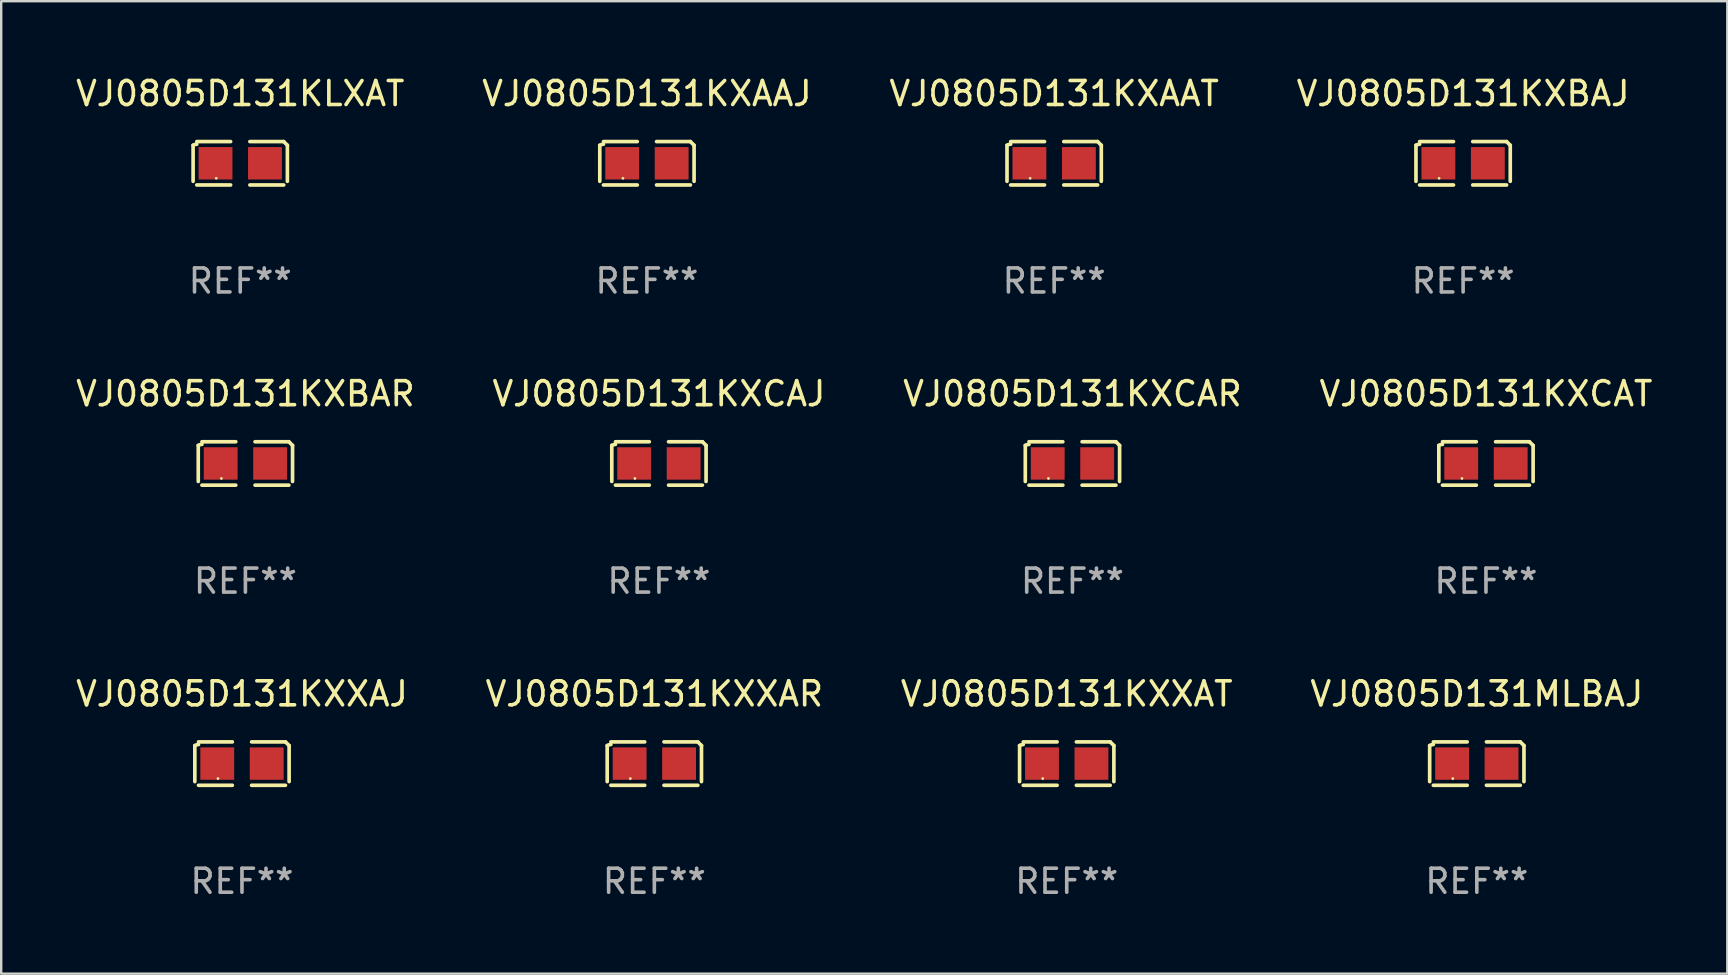
<source format=kicad_pcb>
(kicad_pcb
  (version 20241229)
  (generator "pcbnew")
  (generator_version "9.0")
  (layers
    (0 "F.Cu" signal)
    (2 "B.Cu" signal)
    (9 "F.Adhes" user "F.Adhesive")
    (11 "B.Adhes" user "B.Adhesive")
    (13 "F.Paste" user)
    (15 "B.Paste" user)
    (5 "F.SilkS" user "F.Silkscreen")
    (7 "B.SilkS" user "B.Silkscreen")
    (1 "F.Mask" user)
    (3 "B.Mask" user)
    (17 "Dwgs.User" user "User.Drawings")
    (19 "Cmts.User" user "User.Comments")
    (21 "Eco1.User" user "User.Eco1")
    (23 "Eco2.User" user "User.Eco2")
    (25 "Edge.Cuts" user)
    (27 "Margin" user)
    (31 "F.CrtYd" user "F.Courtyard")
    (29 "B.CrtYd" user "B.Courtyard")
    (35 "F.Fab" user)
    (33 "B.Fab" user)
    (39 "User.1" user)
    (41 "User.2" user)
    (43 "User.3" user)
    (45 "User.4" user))
  (footprint "VJ0805D131KXXAJ"
    (layer "F.Cu")
    (at 7.03 28.759)
    (property "Reference" "VJ0805D131KXXAJ" (at 0 -2.904 0) (layer "F.SilkS") (effects (font (size 1 1) (thickness 0.15))))
    (attr through_hole)
    (fp_line (start -1.964 0.751) (end -1.964 -0.751) (stroke (width 0.152) (type solid)) (layer "F.SilkS"))
    (fp_line (start -1.811 -0.904) (end -0.401 -0.904) (stroke (width 0.152) (type solid)) (layer "F.SilkS"))
    (fp_line (start -0.401 0.904) (end -1.811 0.904) (stroke (width 0.152) (type solid)) (layer "F.SilkS"))
    (fp_line (start 0.401 0.904) (end 1.811 0.904) (stroke (width 0.152) (type solid)) (layer "F.SilkS"))
    (fp_line (start 1.811 -0.904) (end 0.401 -0.904) (stroke (width 0.152) (type solid)) (layer "F.SilkS"))
    (fp_line (start 1.964 0.751) (end 1.964 -0.751) (stroke (width 0.152) (type solid)) (layer "F.SilkS"))
    (fp_arc (start -1.963602 -0.751207) (mid -1.890354 -0.783131) (end -1.811201 -0.794044) (stroke (width 0.1524) (type solid)) (layer "F.SilkS"))
    (fp_arc (start 1.811202 -0.903607) (mid 1.887413 -0.827418) (end 1.963602 -0.751207) (stroke (width 0.1524) (type solid)) (layer "F.SilkS"))
    (fp_circle (center -1 0.625) (end -0.97 0.625) (stroke (width 0.06) (type solid)) (fill no) (layer "F.SilkS"))
    (fp_text user "REF**" (at 0 4.904 0) (layer "F.Fab") (effects (font (size 1 1) (thickness 0.15))))
    (pad "1" smd rect (at -1.03 0) (size 1.41 1.35) (layers "F.Cu" "F.Mask" "F.Paste"))
    (pad "2" smd rect (at 1.03 0) (size 1.41 1.35) (layers "F.Cu" "F.Mask" "F.Paste")))
  (footprint "VJ0805D131KXBAR"
    (layer "F.Cu")
    (at 7.173 16.256)
    (property "Reference" "VJ0805D131KXBAR" (at 0 -2.904 0) (layer "F.SilkS") (effects (font (size 1 1) (thickness 0.15))))
    (attr through_hole)
    (fp_line (start -1.964 0.751) (end -1.964 -0.751) (stroke (width 0.152) (type solid)) (layer "F.SilkS"))
    (fp_line (start -1.811 -0.904) (end -0.401 -0.904) (stroke (width 0.152) (type solid)) (layer "F.SilkS"))
    (fp_line (start -0.401 0.904) (end -1.811 0.904) (stroke (width 0.152) (type solid)) (layer "F.SilkS"))
    (fp_line (start 0.401 0.904) (end 1.811 0.904) (stroke (width 0.152) (type solid)) (layer "F.SilkS"))
    (fp_line (start 1.811 -0.904) (end 0.401 -0.904) (stroke (width 0.152) (type solid)) (layer "F.SilkS"))
    (fp_line (start 1.964 0.751) (end 1.964 -0.751) (stroke (width 0.152) (type solid)) (layer "F.SilkS"))
    (fp_arc (start -1.963602 -0.751207) (mid -1.890354 -0.783131) (end -1.811201 -0.794044) (stroke (width 0.1524) (type solid)) (layer "F.SilkS"))
    (fp_arc (start 1.811202 -0.903607) (mid 1.887413 -0.827418) (end 1.963602 -0.751207) (stroke (width 0.1524) (type solid)) (layer "F.SilkS"))
    (fp_circle (center -1 0.625) (end -0.97 0.625) (stroke (width 0.06) (type solid)) (fill no) (layer "F.SilkS"))
    (fp_text user "REF**" (at 0 4.904 0) (layer "F.Fab") (effects (font (size 1 1) (thickness 0.15))))
    (pad "1" smd rect (at -1.03 0) (size 1.41 1.35) (layers "F.Cu" "F.Mask" "F.Paste"))
    (pad "2" smd rect (at 1.03 0) (size 1.41 1.35) (layers "F.Cu" "F.Mask" "F.Paste")))
  (footprint "VJ0805D131KXAAT"
    (layer "F.Cu")
    (at 40.863 3.752)
    (property "Reference" "VJ0805D131KXAAT" (at 0 -2.904 0) (layer "F.SilkS") (effects (font (size 1 1) (thickness 0.15))))
    (attr through_hole)
    (fp_line (start -1.964 0.751) (end -1.964 -0.751) (stroke (width 0.152) (type solid)) (layer "F.SilkS"))
    (fp_line (start -1.811 -0.904) (end -0.401 -0.904) (stroke (width 0.152) (type solid)) (layer "F.SilkS"))
    (fp_line (start -0.401 0.904) (end -1.811 0.904) (stroke (width 0.152) (type solid)) (layer "F.SilkS"))
    (fp_line (start 0.401 0.904) (end 1.811 0.904) (stroke (width 0.152) (type solid)) (layer "F.SilkS"))
    (fp_line (start 1.811 -0.904) (end 0.401 -0.904) (stroke (width 0.152) (type solid)) (layer "F.SilkS"))
    (fp_line (start 1.964 0.751) (end 1.964 -0.751) (stroke (width 0.152) (type solid)) (layer "F.SilkS"))
    (fp_arc (start -1.963602 -0.751207) (mid -1.890354 -0.783131) (end -1.811201 -0.794044) (stroke (width 0.1524) (type solid)) (layer "F.SilkS"))
    (fp_arc (start 1.811202 -0.903607) (mid 1.887413 -0.827418) (end 1.963602 -0.751207) (stroke (width 0.1524) (type solid)) (layer "F.SilkS"))
    (fp_circle (center -1 0.625) (end -0.97 0.625) (stroke (width 0.06) (type solid)) (fill no) (layer "F.SilkS"))
    (fp_text user "REF**" (at 0 4.904 0) (layer "F.Fab") (effects (font (size 1 1) (thickness 0.15))))
    (pad "1" smd rect (at -1.03 0) (size 1.41 1.35) (layers "F.Cu" "F.Mask" "F.Paste"))
    (pad "2" smd rect (at 1.03 0) (size 1.41 1.35) (layers "F.Cu" "F.Mask" "F.Paste")))
  (footprint "VJ0805D131KXCAJ"
    (layer "F.Cu")
    (at 24.399 16.256)
    (property "Reference" "VJ0805D131KXCAJ" (at 0 -2.904 0) (layer "F.SilkS") (effects (font (size 1 1) (thickness 0.15))))
    (attr through_hole)
    (fp_line (start -1.964 0.751) (end -1.964 -0.751) (stroke (width 0.152) (type solid)) (layer "F.SilkS"))
    (fp_line (start -1.811 -0.904) (end -0.401 -0.904) (stroke (width 0.152) (type solid)) (layer "F.SilkS"))
    (fp_line (start -0.401 0.904) (end -1.811 0.904) (stroke (width 0.152) (type solid)) (layer "F.SilkS"))
    (fp_line (start 0.401 0.904) (end 1.811 0.904) (stroke (width 0.152) (type solid)) (layer "F.SilkS"))
    (fp_line (start 1.811 -0.904) (end 0.401 -0.904) (stroke (width 0.152) (type solid)) (layer "F.SilkS"))
    (fp_line (start 1.964 0.751) (end 1.964 -0.751) (stroke (width 0.152) (type solid)) (layer "F.SilkS"))
    (fp_arc (start -1.963602 -0.751207) (mid -1.890354 -0.783131) (end -1.811201 -0.794044) (stroke (width 0.1524) (type solid)) (layer "F.SilkS"))
    (fp_arc (start 1.811202 -0.903607) (mid 1.887413 -0.827418) (end 1.963602 -0.751207) (stroke (width 0.1524) (type solid)) (layer "F.SilkS"))
    (fp_circle (center -1 0.625) (end -0.97 0.625) (stroke (width 0.06) (type solid)) (fill no) (layer "F.SilkS"))
    (fp_text user "REF**" (at 0 4.904 0) (layer "F.Fab") (effects (font (size 1 1) (thickness 0.15))))
    (pad "1" smd rect (at -1.03 0) (size 1.41 1.35) (layers "F.Cu" "F.Mask" "F.Paste"))
    (pad "2" smd rect (at 1.03 0) (size 1.41 1.35) (layers "F.Cu" "F.Mask" "F.Paste")))
  (footprint "VJ0805D131MLBAJ"
    (layer "F.Cu")
    (at 58.47 28.759)
    (property "Reference" "VJ0805D131MLBAJ" (at 0 -2.904 0) (layer "F.SilkS") (effects (font (size 1 1) (thickness 0.15))))
    (attr through_hole)
    (fp_line (start -1.964 0.751) (end -1.964 -0.751) (stroke (width 0.152) (type solid)) (layer "F.SilkS"))
    (fp_line (start -1.811 -0.904) (end -0.401 -0.904) (stroke (width 0.152) (type solid)) (layer "F.SilkS"))
    (fp_line (start -0.401 0.904) (end -1.811 0.904) (stroke (width 0.152) (type solid)) (layer "F.SilkS"))
    (fp_line (start 0.401 0.904) (end 1.811 0.904) (stroke (width 0.152) (type solid)) (layer "F.SilkS"))
    (fp_line (start 1.811 -0.904) (end 0.401 -0.904) (stroke (width 0.152) (type solid)) (layer "F.SilkS"))
    (fp_line (start 1.964 0.751) (end 1.964 -0.751) (stroke (width 0.152) (type solid)) (layer "F.SilkS"))
    (fp_arc (start -1.963602 -0.751207) (mid -1.890354 -0.783131) (end -1.811201 -0.794044) (stroke (width 0.1524) (type solid)) (layer "F.SilkS"))
    (fp_arc (start 1.811202 -0.903607) (mid 1.887413 -0.827418) (end 1.963602 -0.751207) (stroke (width 0.1524) (type solid)) (layer "F.SilkS"))
    (fp_circle (center -1 0.625) (end -0.97 0.625) (stroke (width 0.06) (type solid)) (fill no) (layer "F.SilkS"))
    (fp_text user "REF**" (at 0 4.904 0) (layer "F.Fab") (effects (font (size 1 1) (thickness 0.15))))
    (pad "1" smd rect (at -1.03 0) (size 1.41 1.35) (layers "F.Cu" "F.Mask" "F.Paste"))
    (pad "2" smd rect (at 1.03 0) (size 1.41 1.35) (layers "F.Cu" "F.Mask" "F.Paste")))
  (footprint "VJ0805D131KXXAT"
    (layer "F.Cu")
    (at 41.387 28.759)
    (property "Reference" "VJ0805D131KXXAT" (at 0 -2.904 0) (layer "F.SilkS") (effects (font (size 1 1) (thickness 0.15))))
    (attr through_hole)
    (fp_line (start -1.964 0.751) (end -1.964 -0.751) (stroke (width 0.152) (type solid)) (layer "F.SilkS"))
    (fp_line (start -1.811 -0.904) (end -0.401 -0.904) (stroke (width 0.152) (type solid)) (layer "F.SilkS"))
    (fp_line (start -0.401 0.904) (end -1.811 0.904) (stroke (width 0.152) (type solid)) (layer "F.SilkS"))
    (fp_line (start 0.401 0.904) (end 1.811 0.904) (stroke (width 0.152) (type solid)) (layer "F.SilkS"))
    (fp_line (start 1.811 -0.904) (end 0.401 -0.904) (stroke (width 0.152) (type solid)) (layer "F.SilkS"))
    (fp_line (start 1.964 0.751) (end 1.964 -0.751) (stroke (width 0.152) (type solid)) (layer "F.SilkS"))
    (fp_arc (start -1.963602 -0.751207) (mid -1.890354 -0.783131) (end -1.811201 -0.794044) (stroke (width 0.1524) (type solid)) (layer "F.SilkS"))
    (fp_arc (start 1.811202 -0.903607) (mid 1.887413 -0.827418) (end 1.963602 -0.751207) (stroke (width 0.1524) (type solid)) (layer "F.SilkS"))
    (fp_circle (center -1 0.625) (end -0.97 0.625) (stroke (width 0.06) (type solid)) (fill no) (layer "F.SilkS"))
    (fp_text user "REF**" (at 0 4.904 0) (layer "F.Fab") (effects (font (size 1 1) (thickness 0.15))))
    (pad "1" smd rect (at -1.03 0) (size 1.41 1.35) (layers "F.Cu" "F.Mask" "F.Paste"))
    (pad "2" smd rect (at 1.03 0) (size 1.41 1.35) (layers "F.Cu" "F.Mask" "F.Paste")))
  (footprint "VJ0805D131KXCAT"
    (layer "F.Cu")
    (at 58.851 16.256)
    (property "Reference" "VJ0805D131KXCAT" (at 0 -2.904 0) (layer "F.SilkS") (effects (font (size 1 1) (thickness 0.15))))
    (attr through_hole)
    (fp_line (start -1.964 0.751) (end -1.964 -0.751) (stroke (width 0.152) (type solid)) (layer "F.SilkS"))
    (fp_line (start -1.811 -0.904) (end -0.401 -0.904) (stroke (width 0.152) (type solid)) (layer "F.SilkS"))
    (fp_line (start -0.401 0.904) (end -1.811 0.904) (stroke (width 0.152) (type solid)) (layer "F.SilkS"))
    (fp_line (start 0.401 0.904) (end 1.811 0.904) (stroke (width 0.152) (type solid)) (layer "F.SilkS"))
    (fp_line (start 1.811 -0.904) (end 0.401 -0.904) (stroke (width 0.152) (type solid)) (layer "F.SilkS"))
    (fp_line (start 1.964 0.751) (end 1.964 -0.751) (stroke (width 0.152) (type solid)) (layer "F.SilkS"))
    (fp_arc (start -1.963602 -0.751207) (mid -1.890354 -0.783131) (end -1.811201 -0.794044) (stroke (width 0.1524) (type solid)) (layer "F.SilkS"))
    (fp_arc (start 1.811202 -0.903607) (mid 1.887413 -0.827418) (end 1.963602 -0.751207) (stroke (width 0.1524) (type solid)) (layer "F.SilkS"))
    (fp_circle (center -1 0.625) (end -0.97 0.625) (stroke (width 0.06) (type solid)) (fill no) (layer "F.SilkS"))
    (fp_text user "REF**" (at 0 4.904 0) (layer "F.Fab") (effects (font (size 1 1) (thickness 0.15))))
    (pad "1" smd rect (at -1.03 0) (size 1.41 1.35) (layers "F.Cu" "F.Mask" "F.Paste"))
    (pad "2" smd rect (at 1.03 0) (size 1.41 1.35) (layers "F.Cu" "F.Mask" "F.Paste")))
  (footprint "VJ0805D131KXBAJ"
    (layer "F.Cu")
    (at 57.899 3.752)
    (property "Reference" "VJ0805D131KXBAJ" (at 0 -2.904 0) (layer "F.SilkS") (effects (font (size 1 1) (thickness 0.15))))
    (attr through_hole)
    (fp_line (start -1.964 0.751) (end -1.964 -0.751) (stroke (width 0.152) (type solid)) (layer "F.SilkS"))
    (fp_line (start -1.811 -0.904) (end -0.401 -0.904) (stroke (width 0.152) (type solid)) (layer "F.SilkS"))
    (fp_line (start -0.401 0.904) (end -1.811 0.904) (stroke (width 0.152) (type solid)) (layer "F.SilkS"))
    (fp_line (start 0.401 0.904) (end 1.811 0.904) (stroke (width 0.152) (type solid)) (layer "F.SilkS"))
    (fp_line (start 1.811 -0.904) (end 0.401 -0.904) (stroke (width 0.152) (type solid)) (layer "F.SilkS"))
    (fp_line (start 1.964 0.751) (end 1.964 -0.751) (stroke (width 0.152) (type solid)) (layer "F.SilkS"))
    (fp_arc (start -1.963602 -0.751207) (mid -1.890354 -0.783131) (end -1.811201 -0.794044) (stroke (width 0.1524) (type solid)) (layer "F.SilkS"))
    (fp_arc (start 1.811202 -0.903607) (mid 1.887413 -0.827418) (end 1.963602 -0.751207) (stroke (width 0.1524) (type solid)) (layer "F.SilkS"))
    (fp_circle (center -1 0.625) (end -0.97 0.625) (stroke (width 0.06) (type solid)) (fill no) (layer "F.SilkS"))
    (fp_text user "REF**" (at 0 4.904 0) (layer "F.Fab") (effects (font (size 1 1) (thickness 0.15))))
    (pad "1" smd rect (at -1.03 0) (size 1.41 1.35) (layers "F.Cu" "F.Mask" "F.Paste"))
    (pad "2" smd rect (at 1.03 0) (size 1.41 1.35) (layers "F.Cu" "F.Mask" "F.Paste")))
  (footprint "VJ0805D131KXCAR"
    (layer "F.Cu")
    (at 41.625 16.256)
    (property "Reference" "VJ0805D131KXCAR" (at 0 -2.904 0) (layer "F.SilkS") (effects (font (size 1 1) (thickness 0.15))))
    (attr through_hole)
    (fp_line (start -1.964 0.751) (end -1.964 -0.751) (stroke (width 0.152) (type solid)) (layer "F.SilkS"))
    (fp_line (start -1.811 -0.904) (end -0.401 -0.904) (stroke (width 0.152) (type solid)) (layer "F.SilkS"))
    (fp_line (start -0.401 0.904) (end -1.811 0.904) (stroke (width 0.152) (type solid)) (layer "F.SilkS"))
    (fp_line (start 0.401 0.904) (end 1.811 0.904) (stroke (width 0.152) (type solid)) (layer "F.SilkS"))
    (fp_line (start 1.811 -0.904) (end 0.401 -0.904) (stroke (width 0.152) (type solid)) (layer "F.SilkS"))
    (fp_line (start 1.964 0.751) (end 1.964 -0.751) (stroke (width 0.152) (type solid)) (layer "F.SilkS"))
    (fp_arc (start -1.963602 -0.751207) (mid -1.890354 -0.783131) (end -1.811201 -0.794044) (stroke (width 0.1524) (type solid)) (layer "F.SilkS"))
    (fp_arc (start 1.811202 -0.903607) (mid 1.887413 -0.827418) (end 1.963602 -0.751207) (stroke (width 0.1524) (type solid)) (layer "F.SilkS"))
    (fp_circle (center -1 0.625) (end -0.97 0.625) (stroke (width 0.06) (type solid)) (fill no) (layer "F.SilkS"))
    (fp_text user "REF**" (at 0 4.904 0) (layer "F.Fab") (effects (font (size 1 1) (thickness 0.15))))
    (pad "1" smd rect (at -1.03 0) (size 1.41 1.35) (layers "F.Cu" "F.Mask" "F.Paste"))
    (pad "2" smd rect (at 1.03 0) (size 1.41 1.35) (layers "F.Cu" "F.Mask" "F.Paste")))
  (footprint "VJ0805D131KXAAJ"
    (layer "F.Cu")
    (at 23.899 3.752)
    (property "Reference" "VJ0805D131KXAAJ" (at 0 -2.904 0) (layer "F.SilkS") (effects (font (size 1 1) (thickness 0.15))))
    (attr through_hole)
    (fp_line (start -1.964 0.751) (end -1.964 -0.751) (stroke (width 0.152) (type solid)) (layer "F.SilkS"))
    (fp_line (start -1.811 -0.904) (end -0.401 -0.904) (stroke (width 0.152) (type solid)) (layer "F.SilkS"))
    (fp_line (start -0.401 0.904) (end -1.811 0.904) (stroke (width 0.152) (type solid)) (layer "F.SilkS"))
    (fp_line (start 0.401 0.904) (end 1.811 0.904) (stroke (width 0.152) (type solid)) (layer "F.SilkS"))
    (fp_line (start 1.811 -0.904) (end 0.401 -0.904) (stroke (width 0.152) (type solid)) (layer "F.SilkS"))
    (fp_line (start 1.964 0.751) (end 1.964 -0.751) (stroke (width 0.152) (type solid)) (layer "F.SilkS"))
    (fp_arc (start -1.963602 -0.751207) (mid -1.890354 -0.783131) (end -1.811201 -0.794044) (stroke (width 0.1524) (type solid)) (layer "F.SilkS"))
    (fp_arc (start 1.811202 -0.903607) (mid 1.887413 -0.827418) (end 1.963602 -0.751207) (stroke (width 0.1524) (type solid)) (layer "F.SilkS"))
    (fp_circle (center -1 0.625) (end -0.97 0.625) (stroke (width 0.06) (type solid)) (fill no) (layer "F.SilkS"))
    (fp_text user "REF**" (at 0 4.904 0) (layer "F.Fab") (effects (font (size 1 1) (thickness 0.15))))
    (pad "1" smd rect (at -1.03 0) (size 1.41 1.35) (layers "F.Cu" "F.Mask" "F.Paste"))
    (pad "2" smd rect (at 1.03 0) (size 1.41 1.35) (layers "F.Cu" "F.Mask" "F.Paste")))
  (footprint "VJ0805D131KXXAR"
    (layer "F.Cu")
    (at 24.208 28.759)
    (property "Reference" "VJ0805D131KXXAR" (at 0 -2.904 0) (layer "F.SilkS") (effects (font (size 1 1) (thickness 0.15))))
    (attr through_hole)
    (fp_line (start -1.964 0.751) (end -1.964 -0.751) (stroke (width 0.152) (type solid)) (layer "F.SilkS"))
    (fp_line (start -1.811 -0.904) (end -0.401 -0.904) (stroke (width 0.152) (type solid)) (layer "F.SilkS"))
    (fp_line (start -0.401 0.904) (end -1.811 0.904) (stroke (width 0.152) (type solid)) (layer "F.SilkS"))
    (fp_line (start 0.401 0.904) (end 1.811 0.904) (stroke (width 0.152) (type solid)) (layer "F.SilkS"))
    (fp_line (start 1.811 -0.904) (end 0.401 -0.904) (stroke (width 0.152) (type solid)) (layer "F.SilkS"))
    (fp_line (start 1.964 0.751) (end 1.964 -0.751) (stroke (width 0.152) (type solid)) (layer "F.SilkS"))
    (fp_arc (start -1.963602 -0.751207) (mid -1.890354 -0.783131) (end -1.811201 -0.794044) (stroke (width 0.1524) (type solid)) (layer "F.SilkS"))
    (fp_arc (start 1.811202 -0.903607) (mid 1.887413 -0.827418) (end 1.963602 -0.751207) (stroke (width 0.1524) (type solid)) (layer "F.SilkS"))
    (fp_circle (center -1 0.625) (end -0.97 0.625) (stroke (width 0.06) (type solid)) (fill no) (layer "F.SilkS"))
    (fp_text user "REF**" (at 0 4.904 0) (layer "F.Fab") (effects (font (size 1 1) (thickness 0.15))))
    (pad "1" smd rect (at -1.03 0) (size 1.41 1.35) (layers "F.Cu" "F.Mask" "F.Paste"))
    (pad "2" smd rect (at 1.03 0) (size 1.41 1.35) (layers "F.Cu" "F.Mask" "F.Paste")))
  (footprint "VJ0805D131KLXAT"
    (layer "F.Cu")
    (at 6.958 3.752)
    (property "Reference" "VJ0805D131KLXAT" (at 0 -2.904 0) (layer "F.SilkS") (effects (font (size 1 1) (thickness 0.15))))
    (attr through_hole)
    (fp_line (start -1.964 0.751) (end -1.964 -0.751) (stroke (width 0.152) (type solid)) (layer "F.SilkS"))
    (fp_line (start -1.811 -0.904) (end -0.401 -0.904) (stroke (width 0.152) (type solid)) (layer "F.SilkS"))
    (fp_line (start -0.401 0.904) (end -1.811 0.904) (stroke (width 0.152) (type solid)) (layer "F.SilkS"))
    (fp_line (start 0.401 0.904) (end 1.811 0.904) (stroke (width 0.152) (type solid)) (layer "F.SilkS"))
    (fp_line (start 1.811 -0.904) (end 0.401 -0.904) (stroke (width 0.152) (type solid)) (layer "F.SilkS"))
    (fp_line (start 1.964 0.751) (end 1.964 -0.751) (stroke (width 0.152) (type solid)) (layer "F.SilkS"))
    (fp_arc (start -1.963602 -0.751207) (mid -1.890354 -0.783131) (end -1.811201 -0.794044) (stroke (width 0.1524) (type solid)) (layer "F.SilkS"))
    (fp_arc (start 1.811202 -0.903607) (mid 1.887413 -0.827418) (end 1.963602 -0.751207) (stroke (width 0.1524) (type solid)) (layer "F.SilkS"))
    (fp_circle (center -1 0.625) (end -0.97 0.625) (stroke (width 0.06) (type solid)) (fill no) (layer "F.SilkS"))
    (fp_text user "REF**" (at 0 4.904 0) (layer "F.Fab") (effects (font (size 1 1) (thickness 0.15))))
    (pad "1" smd rect (at -1.03 0) (size 1.41 1.35) (layers "F.Cu" "F.Mask" "F.Paste"))
    (pad "2" smd rect (at 1.03 0) (size 1.41 1.35) (layers "F.Cu" "F.Mask" "F.Paste")))
  (gr_rect
    (start -3 -3)
    (end 68.905 37.511)
    (stroke (width 0.1) (type default))
    (fill no)
    (layer "Edge.Cuts")))
</source>
